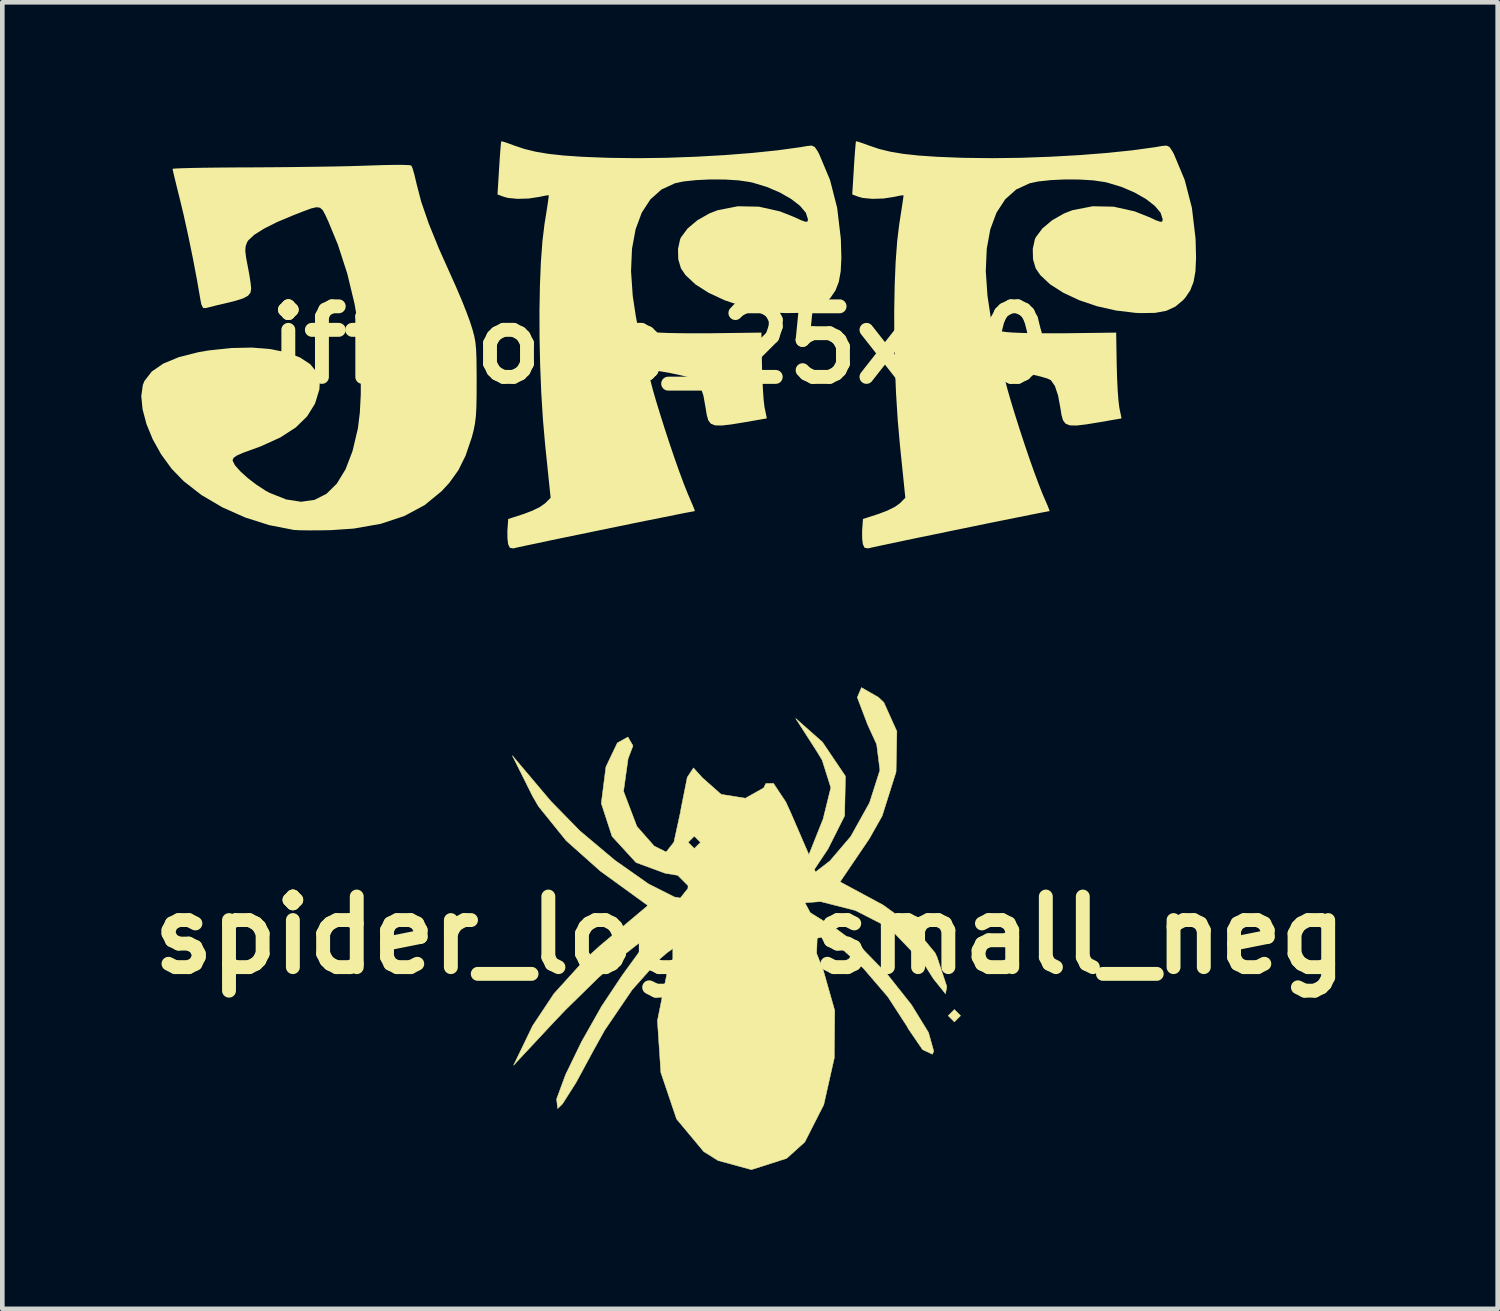
<source format=kicad_pcb>
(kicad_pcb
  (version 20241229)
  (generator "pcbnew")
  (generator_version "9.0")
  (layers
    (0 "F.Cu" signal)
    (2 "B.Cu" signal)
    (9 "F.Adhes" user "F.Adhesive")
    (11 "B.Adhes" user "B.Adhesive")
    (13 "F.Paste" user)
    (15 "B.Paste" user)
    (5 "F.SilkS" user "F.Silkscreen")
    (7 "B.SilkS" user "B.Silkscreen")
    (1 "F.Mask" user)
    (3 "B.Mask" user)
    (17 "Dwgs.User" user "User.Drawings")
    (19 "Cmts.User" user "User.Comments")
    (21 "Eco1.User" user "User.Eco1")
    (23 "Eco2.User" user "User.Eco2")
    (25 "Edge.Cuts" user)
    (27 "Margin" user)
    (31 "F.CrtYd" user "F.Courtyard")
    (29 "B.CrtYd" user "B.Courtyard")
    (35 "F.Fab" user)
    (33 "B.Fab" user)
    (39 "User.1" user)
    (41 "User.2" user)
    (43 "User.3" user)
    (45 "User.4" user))
  (footprint "spider_logo_small_neg"
    (layer "F.Cu")
    (at 13.143 17.141)
    (property "Reference" "spider_logo_small_neg" (at 0 0 0) (layer "F.SilkS") (effects (font (size 1.524 1.524) (thickness 0.3))))
    (attr through_hole)
    (fp_poly (pts (xy 4.545 1.738) (xy 4.412 1.872) (xy 4.278 1.738) (xy 4.412 1.604) (xy 4.545 1.738)) (stroke (width 0.01) (type solid)) (fill yes) (layer "F.SilkS"))
    (fp_poly (pts (xy 2.771 -5.137) (xy 2.888 -5.027) (xy 3.17 -4.402) (xy 3.153 -3.526) (xy 2.853 -2.575) (xy 2.576 -2.084) (xy 1.944 -1.152) (xy 2.872 -0.652) (xy 3.543 -0.167) (xy 3.997 0.384) (xy 4.039 0.476) (xy 4.249 1.109) (xy 4.22 1.264) (xy 3.958 0.938) (xy 3.763 0.629) (xy 3.009 -0.158) (xy 2.275 -0.534) (xy 1.523 -0.726) (xy 1.186 -0.7) (xy 1.3 -0.486) (xy 1.848 -0.146) (xy 2.378 0.244) (xy 2.957 0.836) (xy 3.483 1.499) (xy 3.853 2.1) (xy 3.967 2.506) (xy 3.936 2.57) (xy 3.725 2.47) (xy 3.418 2.021) (xy 3.387 1.963) (xy 2.975 1.329) (xy 2.45 0.717) (xy 1.934 0.248) (xy 1.549 0.04) (xy 1.45 0.065) (xy 1.437 0.392) (xy 1.583 0.762) (xy 1.828 1.624) (xy 1.819 2.651) (xy 1.592 3.66) (xy 1.182 4.466) (xy 0.792 4.818) (xy 0.03 5.062) (xy -0.691 4.865) (xy -1.002 4.669) (xy -1.586 3.968) (xy -1.925 2.965) (xy -1.999 1.846) (xy -1.787 0.794) (xy -1.509 0.267) (xy -1.491 0.163) (xy -1.794 0.38) (xy -1.973 0.535) (xy -2.547 1.181) (xy -3.139 2.052) (xy -3.373 2.473) (xy -3.756 3.181) (xy -4.049 3.642) (xy -4.152 3.743) (xy -4.176 3.538) (xy -3.983 3.013) (xy -3.638 2.302) (xy -3.206 1.538) (xy -2.761 0.869) (xy -2.331 0.278) (xy -2.212 0.063) (xy -2.396 0.169) (xy -2.681 0.392) (xy -3.279 0.921) (xy -3.987 1.615) (xy -4.223 1.863) (xy -5.104 2.807) (xy -4.693 1.955) (xy -4.232 1.261) (xy -3.549 0.508) (xy -3.243 0.231) (xy -2.205 -0.641) (xy -3.232 -1.385) (xy -3.969 -2.041) (xy -4.567 -2.782) (xy -4.695 -3.003) (xy -5.131 -3.877) (xy -4.301 -2.894) (xy -3.673 -2.252) (xy -2.92 -1.619) (xy -2.19 -1.106) (xy -1.633 -0.825) (xy -1.506 -0.802) (xy -1.341 -1.008) (xy -1.337 -1.069) (xy -1.559 -1.292) (xy -1.83 -1.337) (xy -2.461 -1.569) (xy -2.979 -2.135) (xy -3.208 -2.837) (xy -3.208 -2.873) (xy -3.111 -3.634) (xy -2.865 -4.151) (xy -2.636 -4.278) (xy -2.527 -4.09) (xy -2.633 -3.81) (xy -2.731 -3.107) (xy -2.443 -2.349) (xy -2.07 -1.925) (xy -1.81 -1.796) (xy -1.646 -2.005) (xy -1.337 -2.005) (xy -1.203 -1.872) (xy -1.069 -2.005) (xy -1.203 -2.139) (xy -1.337 -2.005) (xy -1.646 -2.005) (xy -1.643 -2.01) (xy -1.502 -2.658) (xy -1.489 -2.737) (xy -1.355 -3.408) (xy -1.221 -3.612) (xy -1.045 -3.417) (xy -1.04 -3.409) (xy -0.624 -3.041) (xy -0.101 -2.957) (xy 0.295 -3.18) (xy 0.342 -3.275) (xy 0.506 -3.278) (xy 0.771 -2.879) (xy 0.866 -2.674) (xy 1.271 -1.738) (xy 1.578 -2.509) (xy 1.745 -3.186) (xy 1.558 -3.78) (xy 1.436 -3.98) (xy 0.987 -4.679) (xy 1.563 -4.17) (xy 2.06 -3.433) (xy 2.042 -2.577) (xy 1.684 -1.864) (xy 1.39 -1.422) (xy 1.412 -1.363) (xy 1.725 -1.604) (xy 2.174 -2.13) (xy 2.575 -2.85) (xy 2.586 -2.878) (xy 2.805 -3.564) (xy 2.734 -4.121) (xy 2.538 -4.549) (xy 2.316 -5.133) (xy 2.406 -5.346) (xy 2.771 -5.137)) (stroke (width 0.01) (type solid)) (fill yes) (layer "F.SilkS")))
  (footprint "jff_logo_25x10"
    (layer "F.Cu")
    (at 11.194 4.398)
    (property "Reference" "jff_logo_25x10" (at 0 0 0) (layer "F.SilkS") (effects (font (size 1.524 1.524) (thickness 0.3))))
    (attr board_only exclude_from_pos_files exclude_from_bom)
    (fp_poly (pts (xy -5.415 -3.883) (xy -5.365 -3.875) (xy -5.337 -3.815) (xy -5.299 -3.685) (xy -5.258 -3.513) (xy -5.252 -3.485) (xy -5.15 -3.093) (xy -4.989 -2.625) (xy -4.769 -2.083) (xy -4.531 -1.551) (xy -4.408 -1.277) (xy -4.286 -0.992) (xy -4.18 -0.728) (xy -4.101 -0.515) (xy -4.091 -0.485) (xy -4.041 -0.328) (xy -4.005 -0.193) (xy -3.98 -0.059) (xy -3.965 0.096) (xy -3.957 0.293) (xy -3.954 0.551) (xy -3.953 0.776) (xy -3.954 1.099) (xy -3.959 1.347) (xy -3.97 1.541) (xy -3.99 1.7) (xy -4.019 1.847) (xy -4.06 2.002) (xy -4.063 2.01) (xy -4.192 2.389) (xy -4.346 2.701) (xy -4.543 2.976) (xy -4.709 3.156) (xy -5.077 3.458) (xy -5.516 3.693) (xy -6.026 3.862) (xy -6.606 3.964) (xy -7.101 3.998) (xy -7.355 4.002) (xy -7.589 4.003) (xy -7.778 4) (xy -7.897 3.993) (xy -7.901 3.993) (xy -8.43 3.89) (xy -8.95 3.725) (xy -9.444 3.505) (xy -9.894 3.24) (xy -10.281 2.939) (xy -10.54 2.671) (xy -10.764 2.363) (xy -10.947 2.036) (xy -11.082 1.706) (xy -11.166 1.39) (xy -11.194 1.103) (xy -11.16 0.862) (xy -11.125 0.776) (xy -10.966 0.572) (xy -10.717 0.401) (xy -10.378 0.261) (xy -9.953 0.154) (xy -9.749 0.119) (xy -9.257 0.066) (xy -8.806 0.056) (xy -8.403 0.089) (xy -8.054 0.161) (xy -7.766 0.27) (xy -7.547 0.414) (xy -7.403 0.591) (xy -7.34 0.798) (xy -7.348 0.957) (xy -7.443 1.267) (xy -7.613 1.541) (xy -7.861 1.783) (xy -8.194 1.998) (xy -8.615 2.189) (xy -8.79 2.253) (xy -8.999 2.329) (xy -9.131 2.387) (xy -9.2 2.436) (xy -9.221 2.483) (xy -9.22 2.501) (xy -9.17 2.599) (xy -9.055 2.728) (xy -8.894 2.874) (xy -8.706 3.018) (xy -8.511 3.145) (xy -8.42 3.194) (xy -8.066 3.335) (xy -7.743 3.385) (xy -7.453 3.344) (xy -7.195 3.213) (xy -6.972 2.993) (xy -6.784 2.685) (xy -6.633 2.291) (xy -6.519 1.809) (xy -6.514 1.78) (xy -6.475 1.459) (xy -6.455 1.07) (xy -6.454 0.637) (xy -6.469 0.189) (xy -6.501 -0.25) (xy -6.549 -0.653) (xy -6.589 -0.887) (xy -6.746 -1.539) (xy -6.948 -2.163) (xy -7.147 -2.646) (xy -7.219 -2.804) (xy -7.275 -2.908) (xy -7.334 -2.964) (xy -7.416 -2.974) (xy -7.538 -2.944) (xy -7.719 -2.876) (xy -7.901 -2.805) (xy -8.254 -2.657) (xy -8.542 -2.513) (xy -8.754 -2.379) (xy -8.884 -2.258) (xy -8.91 -2.216) (xy -8.941 -2.13) (xy -8.948 -2.029) (xy -8.931 -1.887) (xy -8.898 -1.714) (xy -8.861 -1.518) (xy -8.834 -1.342) (xy -8.822 -1.222) (xy -8.822 -1.214) (xy -8.836 -1.13) (xy -8.888 -1.064) (xy -8.993 -1.007) (xy -9.165 -0.952) (xy -9.392 -0.896) (xy -9.569 -0.855) (xy -9.717 -0.818) (xy -9.801 -0.796) (xy -9.86 -0.8) (xy -9.896 -0.872) (xy -9.913 -0.955) (xy -9.989 -1.392) (xy -10.079 -1.868) (xy -10.178 -2.349) (xy -10.277 -2.799) (xy -10.352 -3.112) (xy -10.412 -3.352) (xy -10.462 -3.558) (xy -10.499 -3.711) (xy -10.517 -3.794) (xy -10.519 -3.803) (xy -10.472 -3.809) (xy -10.339 -3.815) (xy -10.132 -3.821) (xy -9.861 -3.826) (xy -9.536 -3.83) (xy -9.17 -3.833) (xy -8.834 -3.834) (xy -8.39 -3.837) (xy -7.933 -3.841) (xy -7.485 -3.847) (xy -7.064 -3.853) (xy -6.691 -3.861) (xy -6.386 -3.87) (xy -6.277 -3.874) (xy -5.995 -3.883) (xy -5.747 -3.888) (xy -5.548 -3.888)) (stroke (width 0) (type solid)) (fill yes) (layer "F.SilkS"))
    (fp_poly (pts (xy -3.375 -4.388) (xy -3.264 -4.351) (xy -3.148 -4.308) (xy -2.925 -4.233) (xy -2.681 -4.173) (xy -2.4 -4.126) (xy -2.069 -4.09) (xy -1.673 -4.063) (xy -1.199 -4.044) (xy -1.066 -4.04) (xy -0.48 -4.033) (xy 0.14 -4.041) (xy 0.773 -4.064) (xy 1.399 -4.099) (xy 1.997 -4.146) (xy 2.546 -4.203) (xy 3.028 -4.269) (xy 3.184 -4.296) (xy 3.281 -4.305) (xy 3.346 -4.275) (xy 3.408 -4.185) (xy 3.443 -4.118) (xy 3.676 -3.563) (xy 3.83 -2.962) (xy 3.908 -2.307) (xy 3.911 -2.25) (xy 3.921 -1.882) (xy 3.907 -1.592) (xy 3.866 -1.363) (xy 3.795 -1.179) (xy 3.689 -1.023) (xy 3.642 -0.97) (xy 3.474 -0.829) (xy 3.279 -0.738) (xy 3.036 -0.693) (xy 2.728 -0.688) (xy 2.615 -0.693) (xy 2.191 -0.744) (xy 1.78 -0.837) (xy 1.396 -0.967) (xy 1.054 -1.127) (xy 0.769 -1.309) (xy 0.556 -1.509) (xy 0.458 -1.653) (xy 0.4 -1.847) (xy 0.394 -2.072) (xy 0.439 -2.28) (xy 0.459 -2.324) (xy 0.601 -2.515) (xy 0.813 -2.693) (xy 1.069 -2.839) (xy 1.251 -2.91) (xy 1.689 -2.995) (xy 2.139 -2.986) (xy 2.593 -2.885) (xy 2.896 -2.765) (xy 3.055 -2.692) (xy 3.146 -2.66) (xy 3.188 -2.664) (xy 3.199 -2.702) (xy 3.199 -2.715) (xy 3.154 -2.855) (xy 3.028 -3.004) (xy 2.836 -3.153) (xy 2.592 -3.292) (xy 2.312 -3.412) (xy 2.008 -3.504) (xy 1.939 -3.519) (xy 1.698 -3.554) (xy 1.405 -3.572) (xy 1.089 -3.574) (xy 0.781 -3.559) (xy 0.511 -3.53) (xy 0.328 -3.491) (xy 0.038 -3.357) (xy -0.202 -3.143) (xy -0.389 -2.856) (xy -0.521 -2.499) (xy -0.599 -2.077) (xy -0.62 -1.595) (xy -0.583 -1.057) (xy -0.518 -0.63) (xy -0.46 -0.315) (xy -0.169 -0.278) (xy -0.032 -0.268) (xy 0.182 -0.259) (xy 0.454 -0.254) (xy 0.764 -0.252) (xy 1.091 -0.253) (xy 1.158 -0.254) (xy 2.195 -0.267) (xy 2.207 0.436) (xy 2.215 0.709) (xy 2.228 0.966) (xy 2.243 1.184) (xy 2.261 1.336) (xy 2.266 1.362) (xy 2.312 1.585) (xy 1.847 1.666) (xy 1.554 1.714) (xy 1.342 1.739) (xy 1.197 1.736) (xy 1.103 1.7) (xy 1.047 1.626) (xy 1.014 1.509) (xy 0.994 1.381) (xy 0.942 1.09) (xy 0.873 0.885) (xy 0.785 0.759) (xy 0.784 0.759) (xy 0.711 0.725) (xy 0.573 0.684) (xy 0.394 0.641) (xy 0.201 0.601) (xy 0.017 0.57) (xy -0.131 0.551) (xy -0.22 0.551) (xy -0.233 0.556) (xy -0.233 0.615) (xy -0.205 0.752) (xy -0.153 0.953) (xy -0.081 1.204) (xy 0.007 1.491) (xy 0.105 1.802) (xy 0.21 2.122) (xy 0.317 2.438) (xy 0.422 2.735) (xy 0.521 3.001) (xy 0.609 3.222) (xy 0.646 3.308) (xy 0.708 3.452) (xy 0.749 3.553) (xy 0.758 3.587) (xy 0.701 3.597) (xy 0.561 3.623) (xy 0.351 3.665) (xy 0.083 3.719) (xy -0.231 3.782) (xy -0.578 3.852) (xy -0.945 3.928) (xy -1.321 4.005) (xy -1.694 4.082) (xy -2.05 4.155) (xy -2.377 4.223) (xy -2.663 4.284) (xy -2.897 4.333) (xy -3.064 4.369) (xy -3.154 4.39) (xy -3.161 4.392) (xy -3.236 4.379) (xy -3.274 4.301) (xy -3.288 4.179) (xy -3.29 4.018) (xy -3.287 3.971) (xy -3.272 3.757) (xy -2.935 3.648) (xy -2.748 3.577) (xy -2.583 3.495) (xy -2.477 3.42) (xy -2.356 3.299) (xy -2.475 2.147) (xy -2.522 1.61) (xy -2.558 1.037) (xy -2.582 0.444) (xy -2.595 -0.152) (xy -2.597 -0.735) (xy -2.587 -1.288) (xy -2.566 -1.795) (xy -2.533 -2.24) (xy -2.489 -2.605) (xy -2.487 -2.618) (xy -2.45 -2.847) (xy -2.421 -3.038) (xy -2.402 -3.172) (xy -2.396 -3.232) (xy -2.396 -3.233) (xy -2.442 -3.229) (xy -2.55 -3.208) (xy -2.595 -3.198) (xy -2.828 -3.162) (xy -3.069 -3.155) (xy -3.28 -3.175) (xy -3.372 -3.201) (xy -3.503 -3.25) (xy -3.468 -3.819) (xy -3.454 -4.041) (xy -3.44 -4.225) (xy -3.429 -4.351) (xy -3.422 -4.398)) (stroke (width 0) (type solid)) (fill yes) (layer "F.SilkS"))
    (fp_poly (pts (xy 4.283 -4.388) (xy 4.394 -4.351) (xy 4.511 -4.308) (xy 4.733 -4.233) (xy 4.978 -4.173) (xy 5.258 -4.126) (xy 5.589 -4.09) (xy 5.985 -4.063) (xy 6.46 -4.044) (xy 6.592 -4.04) (xy 7.179 -4.033) (xy 7.798 -4.041) (xy 8.432 -4.064) (xy 9.057 -4.099) (xy 9.655 -4.146) (xy 10.205 -4.203) (xy 10.686 -4.269) (xy 10.842 -4.296) (xy 10.94 -4.305) (xy 11.005 -4.275) (xy 11.066 -4.185) (xy 11.102 -4.118) (xy 11.334 -3.563) (xy 11.489 -2.962) (xy 11.567 -2.307) (xy 11.57 -2.25) (xy 11.579 -1.882) (xy 11.566 -1.592) (xy 11.525 -1.363) (xy 11.453 -1.179) (xy 11.348 -1.023) (xy 11.301 -0.97) (xy 11.133 -0.829) (xy 10.937 -0.738) (xy 10.695 -0.693) (xy 10.386 -0.688) (xy 10.274 -0.693) (xy 9.85 -0.744) (xy 9.439 -0.837) (xy 9.055 -0.967) (xy 8.713 -1.127) (xy 8.428 -1.309) (xy 8.215 -1.509) (xy 8.117 -1.653) (xy 8.059 -1.847) (xy 8.053 -2.072) (xy 8.098 -2.28) (xy 8.118 -2.324) (xy 8.26 -2.515) (xy 8.472 -2.693) (xy 8.728 -2.839) (xy 8.91 -2.91) (xy 9.348 -2.995) (xy 9.798 -2.986) (xy 10.252 -2.885) (xy 10.555 -2.765) (xy 10.714 -2.692) (xy 10.805 -2.66) (xy 10.847 -2.664) (xy 10.858 -2.702) (xy 10.858 -2.715) (xy 10.813 -2.855) (xy 10.687 -3.004) (xy 10.495 -3.153) (xy 10.251 -3.292) (xy 9.97 -3.412) (xy 9.667 -3.504) (xy 9.598 -3.519) (xy 9.357 -3.554) (xy 9.063 -3.572) (xy 8.747 -3.574) (xy 8.439 -3.559) (xy 8.17 -3.53) (xy 7.987 -3.491) (xy 7.696 -3.357) (xy 7.457 -3.143) (xy 7.27 -2.856) (xy 7.137 -2.499) (xy 7.06 -2.077) (xy 7.039 -1.595) (xy 7.076 -1.057) (xy 7.141 -0.63) (xy 7.199 -0.315) (xy 7.489 -0.278) (xy 7.627 -0.268) (xy 7.841 -0.259) (xy 8.113 -0.254) (xy 8.422 -0.252) (xy 8.75 -0.253) (xy 8.817 -0.254) (xy 9.854 -0.267) (xy 9.866 0.436) (xy 9.874 0.709) (xy 9.886 0.966) (xy 9.902 1.184) (xy 9.92 1.336) (xy 9.924 1.362) (xy 9.97 1.585) (xy 9.505 1.666) (xy 9.213 1.714) (xy 9.001 1.739) (xy 8.856 1.736) (xy 8.762 1.7) (xy 8.706 1.626) (xy 8.673 1.509) (xy 8.653 1.381) (xy 8.6 1.09) (xy 8.531 0.885) (xy 8.443 0.759) (xy 8.443 0.759) (xy 8.37 0.725) (xy 8.232 0.684) (xy 8.053 0.641) (xy 7.86 0.601) (xy 7.676 0.57) (xy 7.527 0.551) (xy 7.438 0.551) (xy 7.426 0.556) (xy 7.426 0.615) (xy 7.454 0.752) (xy 7.506 0.953) (xy 7.578 1.204) (xy 7.666 1.491) (xy 7.764 1.802) (xy 7.869 2.122) (xy 7.976 2.438) (xy 8.081 2.735) (xy 8.18 3.001) (xy 8.267 3.222) (xy 8.304 3.308) (xy 8.367 3.452) (xy 8.407 3.553) (xy 8.417 3.587) (xy 8.36 3.597) (xy 8.22 3.623) (xy 8.009 3.665) (xy 7.741 3.719) (xy 7.428 3.782) (xy 7.081 3.852) (xy 6.713 3.928) (xy 6.337 4.005) (xy 5.965 4.082) (xy 5.609 4.155) (xy 5.282 4.223) (xy 4.995 4.284) (xy 4.762 4.333) (xy 4.595 4.369) (xy 4.505 4.39) (xy 4.498 4.392) (xy 4.423 4.379) (xy 4.385 4.301) (xy 4.37 4.179) (xy 4.369 4.018) (xy 4.372 3.971) (xy 4.387 3.757) (xy 4.724 3.648) (xy 4.911 3.577) (xy 5.076 3.495) (xy 5.182 3.42) (xy 5.302 3.299) (xy 5.184 2.147) (xy 5.137 1.61) (xy 5.101 1.037) (xy 5.077 0.444) (xy 5.063 -0.152) (xy 5.062 -0.735) (xy 5.072 -1.288) (xy 5.093 -1.795) (xy 5.126 -2.24) (xy 5.17 -2.605) (xy 5.172 -2.618) (xy 5.208 -2.847) (xy 5.237 -3.038) (xy 5.257 -3.172) (xy 5.263 -3.232) (xy 5.263 -3.233) (xy 5.217 -3.229) (xy 5.109 -3.208) (xy 5.064 -3.198) (xy 4.831 -3.162) (xy 4.59 -3.155) (xy 4.379 -3.175) (xy 4.287 -3.201) (xy 4.156 -3.25) (xy 4.191 -3.819) (xy 4.205 -4.041) (xy 4.219 -4.225) (xy 4.23 -4.351) (xy 4.236 -4.398)) (stroke (width 0) (type solid)) (fill yes) (layer "F.SilkS")))
  (gr_rect
    (start -3 -3)
    (end 29.285 25.208)
    (stroke (width 0.1) (type default))
    (fill no)
    (layer "Edge.Cuts")))
</source>
